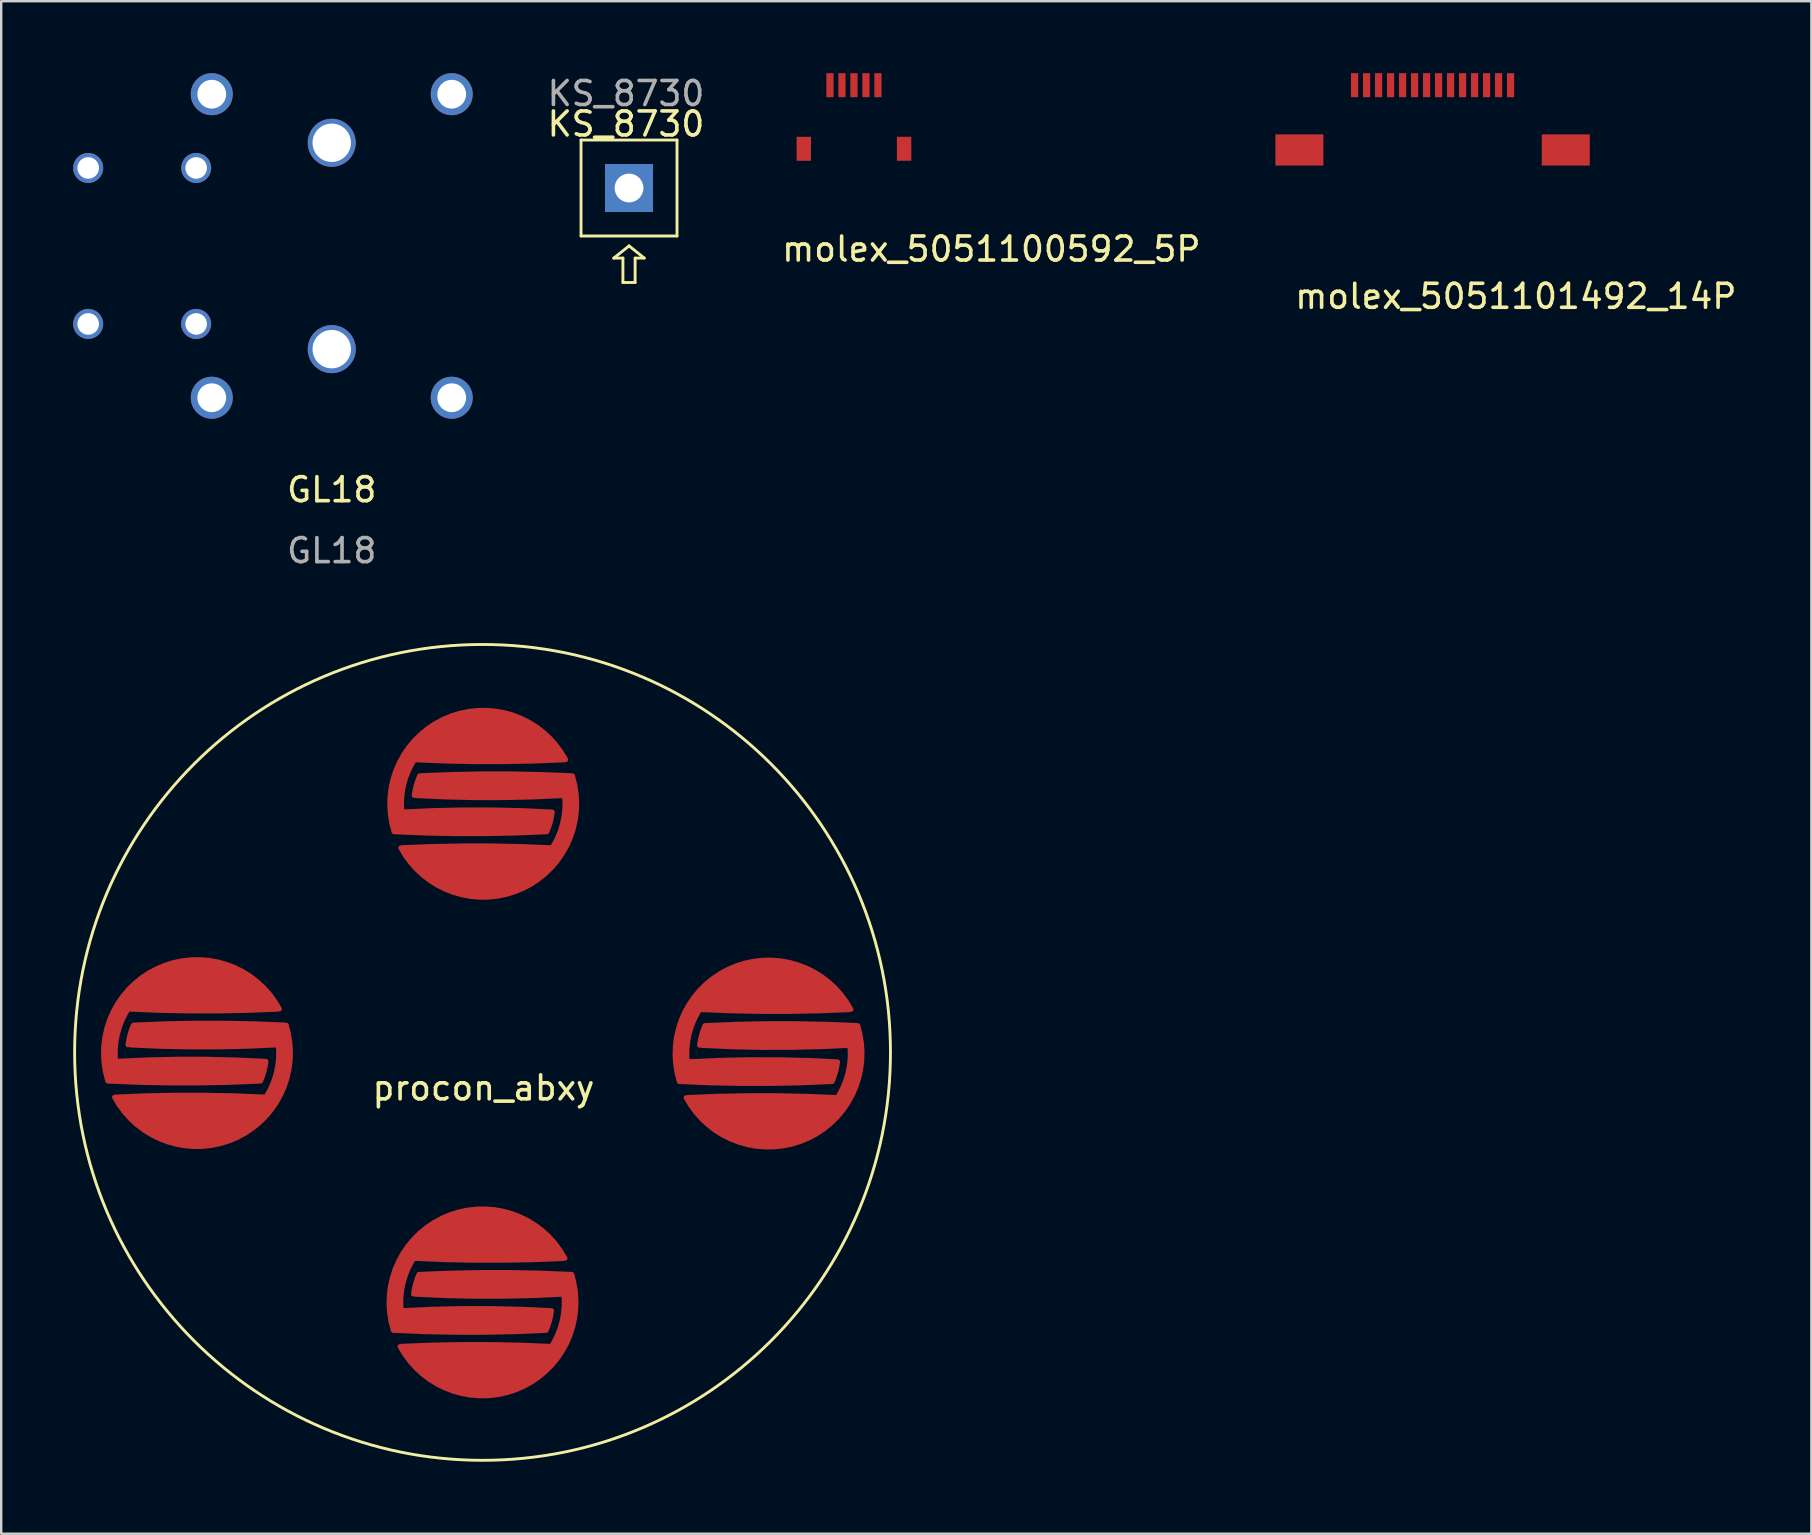
<source format=kicad_pcb>
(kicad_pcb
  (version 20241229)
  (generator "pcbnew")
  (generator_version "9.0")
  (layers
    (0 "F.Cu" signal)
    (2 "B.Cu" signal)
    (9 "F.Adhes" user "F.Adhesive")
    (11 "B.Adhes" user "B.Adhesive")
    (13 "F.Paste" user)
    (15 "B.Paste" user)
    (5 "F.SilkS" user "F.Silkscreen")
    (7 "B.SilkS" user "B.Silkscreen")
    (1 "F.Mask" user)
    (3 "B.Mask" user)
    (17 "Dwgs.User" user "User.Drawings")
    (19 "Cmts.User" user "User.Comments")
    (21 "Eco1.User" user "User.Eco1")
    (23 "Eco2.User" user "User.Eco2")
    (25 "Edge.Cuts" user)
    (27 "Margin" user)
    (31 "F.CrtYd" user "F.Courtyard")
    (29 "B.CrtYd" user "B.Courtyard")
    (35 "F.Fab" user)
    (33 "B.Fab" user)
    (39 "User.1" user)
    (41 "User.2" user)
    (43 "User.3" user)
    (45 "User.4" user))
  (footprint "molex_5051100592_5P"
    (layer "F.Cu")
    (at 32.538 2.1)
    (property "Reference" "molex_5051100592_5P" (at 5.725 5.231 0) (layer "F.SilkS") (effects (font (size 1 1) (thickness 0.15))))
    (attr smd)
    (pad "" smd rect (at -2.09 1.05 90) (size 1 0.6) (layers "F.Cu" "F.Mask" "F.Paste"))
    (pad "" smd rect (at 2.09 1.05 90) (size 1 0.6) (layers "F.Cu" "F.Mask" "F.Paste"))
    (pad "1" smd rect (at -1 -1.6 90) (size 1 0.3) (layers "F.Cu" "F.Mask" "F.Paste"))
    (pad "2" smd rect (at -0.5 -1.6 90) (size 1 0.3) (layers "F.Cu" "F.Mask" "F.Paste"))
    (pad "3" smd rect (at 0 -1.6 90) (size 1 0.3) (layers "F.Cu" "F.Mask" "F.Paste"))
    (pad "4" smd rect (at 0.5 -1.6 90) (size 1 0.3) (layers "F.Cu" "F.Mask" "F.Paste"))
    (pad "5" smd rect (at 1 -1.6 90) (size 1 0.3) (layers "F.Cu" "F.Mask" "F.Paste")))
  (footprint "KS_8730"
    (layer "F.Cu")
    (at 23.164 4.785)
    (property "Reference" "KS_8730" (at -0.127 -2.667 0) (unlocked yes) (layer "F.SilkS") (effects (font (size 1 1) (thickness 0.15))))
    (attr smd)
    (fp_line (start -2 -2) (end 2 -2) (stroke (width 0.12) (type solid)) (layer "F.SilkS"))
    (fp_line (start -2 2) (end -2 -2) (stroke (width 0.12) (type solid)) (layer "F.SilkS"))
    (fp_line (start -0.635 2.921) (end -0.254 2.921) (stroke (width 0.12) (type solid)) (layer "F.SilkS"))
    (fp_line (start -0.254 3.937) (end -0.254 2.921) (stroke (width 0.12) (type solid)) (layer "F.SilkS"))
    (fp_line (start -0.254 3.937) (end 0.254 3.937) (stroke (width 0.12) (type solid)) (layer "F.SilkS"))
    (fp_line (start 0 2.413) (end -0.635 2.921) (stroke (width 0.12) (type solid)) (layer "F.SilkS"))
    (fp_line (start 0.254 2.921) (end 0.635 2.921) (stroke (width 0.12) (type solid)) (layer "F.SilkS"))
    (fp_line (start 0.254 3.937) (end 0.254 2.921) (stroke (width 0.12) (type solid)) (layer "F.SilkS"))
    (fp_line (start 0.635 2.921) (end 0 2.413) (stroke (width 0.12) (type solid)) (layer "F.SilkS"))
    (fp_line (start 2 -2) (end 2 2) (stroke (width 0.12) (type solid)) (layer "F.SilkS"))
    (fp_line (start 2 2) (end -2 2) (stroke (width 0.12) (type solid)) (layer "F.SilkS"))
    (fp_text user "${REFERENCE}" (at -0.127 -3.937 0) (unlocked yes) (layer "F.Fab") (effects (font (size 1 1) (thickness 0.15))))
    (pad "1" thru_hole rect (at 0 0) (size 2 2) (drill 1.2) (layers "*.Cu" "*.Mask")))
  (footprint "molex_5051101492_14P"
    (layer "F.Cu")
    (at 53.402 0.5)
    (property "Reference" "molex_5051101492_14P" (at 6.72 8.8 0) (layer "F.SilkS") (effects (font (size 1 1) (thickness 0.15))))
    (attr smd)
    (pad "" smd rect (at -2.3 2.7 90) (size 1.3 2) (layers "F.Cu" "F.Mask" "F.Paste"))
    (pad "" smd rect (at 8.8 2.7 90) (size 1.3 2) (layers "F.Cu" "F.Mask" "F.Paste"))
    (pad "1" smd rect (at 0 0 90) (size 1 0.3) (layers "F.Cu" "F.Mask" "F.Paste"))
    (pad "2" smd rect (at 0.5 0 90) (size 1 0.3) (layers "F.Cu" "F.Mask" "F.Paste"))
    (pad "3" smd rect (at 1 0 90) (size 1 0.3) (layers "F.Cu" "F.Mask" "F.Paste"))
    (pad "4" smd rect (at 1.5 0 90) (size 1 0.3) (layers "F.Cu" "F.Mask" "F.Paste"))
    (pad "5" smd rect (at 2 0 90) (size 1 0.3) (layers "F.Cu" "F.Mask" "F.Paste"))
    (pad "6" smd rect (at 2.5 0 90) (size 1 0.3) (layers "F.Cu" "F.Mask" "F.Paste"))
    (pad "7" smd rect (at 3 0 90) (size 1 0.3) (layers "F.Cu" "F.Mask" "F.Paste"))
    (pad "8" smd rect (at 3.5 0 90) (size 1 0.3) (layers "F.Cu" "F.Mask" "F.Paste"))
    (pad "9" smd rect (at 4 0 90) (size 1 0.3) (layers "F.Cu" "F.Mask" "F.Paste"))
    (pad "10" smd rect (at 4.5 0 90) (size 1 0.3) (layers "F.Cu" "F.Mask" "F.Paste"))
    (pad "11" smd rect (at 5 0 90) (size 1 0.3) (layers "F.Cu" "F.Mask" "F.Paste"))
    (pad "12" smd rect (at 5.5 0 90) (size 1 0.3) (layers "F.Cu" "F.Mask" "F.Paste"))
    (pad "13" smd rect (at 6 0 90) (size 1 0.3) (layers "F.Cu" "F.Mask" "F.Paste"))
    (pad "14" smd rect (at 6.5 0 90) (size 1 0.3) (layers "F.Cu" "F.Mask" "F.Paste")))
  (footprint "GL18"
    (layer "F.Cu")
    (at 10.775 7.2)
    (property "Reference" "GL18" (at 0 10.16 0) (unlocked yes) (layer "F.SilkS") (effects (font (size 1 1) (thickness 0.15))))
    (attr smd)
    (fp_text user "${REFERENCE}" (at 0 12.7 0) (unlocked yes) (layer "F.Fab") (effects (font (size 1 1) (thickness 0.15))))
    (pad "" thru_hole circle (at -5 -6.325) (size 1.75 1.75) (drill 1.2) (layers "*.Cu" "*.Mask"))
    (pad "" thru_hole circle (at -5 6.325) (size 1.75 1.75) (drill 1.2) (layers "*.Cu" "*.Mask"))
    (pad "" np_thru_hole circle (at 0 -4.3) (size 2 2) (drill 1.6) (layers "*.Cu" "*.Mask"))
    (pad "" np_thru_hole circle (at 0 4.3) (size 2 2) (drill 1.6) (layers "*.Cu" "*.Mask"))
    (pad "" thru_hole circle (at 5 -6.325) (size 1.75 1.75) (drill 1.2) (layers "*.Cu" "*.Mask"))
    (pad "" thru_hole circle (at 5 6.325) (size 1.75 1.75) (drill 1.2) (layers "*.Cu" "*.Mask"))
    (pad "S1" thru_hole circle (at -10.15 -3.25) (size 1.25 1.25) (drill 0.9) (layers "*.Cu" "*.Mask"))
    (pad "S1" thru_hole circle (at -10.15 3.25) (size 1.25 1.25) (drill 0.9) (layers "*.Cu" "*.Mask"))
    (pad "S1" thru_hole circle (at -5.65 -3.25) (size 1.25 1.25) (drill 0.9) (layers "*.Cu" "*.Mask"))
    (pad "S1" thru_hole circle (at -5.65 3.25) (size 1.25 1.25) (drill 0.9) (layers "*.Cu" "*.Mask")))
  (footprint "procon_abxy"
    (layer "F.Cu")
    (at 17.06 40.808)
    (property "Reference" "procon_abxy" (at 0.04 1.48 0) (layer "F.SilkS") (effects (font (size 1 1) (thickness 0.15))))
    (attr exclude_from_pos_files exclude_from_bom)
    (fp_circle (center 0 0) (end 17 0) (stroke (width 0.12) (type solid)) (fill no) (layer "F.SilkS"))
    (pad "" smd circle (at -11.91 0.02) (size 8 8) (layers "F.Mask"))
    (pad "" smd circle (at 0.01 10.45) (size 8 8) (layers "F.Mask"))
    (pad "" smd circle (at 0.03 -10.36) (size 8 8) (layers "F.Mask"))
    (pad "" smd circle (at 11.93 0.04) (size 8 8) (layers "F.Mask"))
    (pad "A1" smd custom (at 11.79 -2.7 90) (size 1.524 1.524) (layers "F.Cu" "F.Mask" "F.Paste") (options (anchor circle)) (primitives (gr_arc (start -0.922404 3.500009) (mid -0.999506 0.3815) (end -0.918734 -2.736916) (width 0.2)) (gr_arc (start -3.088552 -3.254467) (mid -1.962877 -3.17939) (end -0.923738 -2.740106) (width 0.2)) (gr_arc (start -3.920226 2.752478) (mid -4.001145 -0.419724) (end -3.9187 -3.591887) (width 0.2)) (gr_arc (start -3.08652 -3.209513) (mid -2.998257 -0.100476) (end -3.089109 3.008487) (width 0.2)) (gr_arc (start -3.091754 3.008173) (mid -3.513628 2.925856) (end -3.9187 2.782087) (width 0.2)) (gr_poly (pts (xy -3.91 2.75) (xy -3.16 2.99) (xy -3.05 1.75) (xy -3.05 0) (xy -3.08 -2.22) (xy -3.1 -3.24) (xy -2.65 -3.28) (xy -1.91 -3.2) (xy -1.2 -2.93) (xy -0.94 -2.75) (xy -0.96 -2.14) (xy -1 -0.39) (xy -0.96 0.97) (xy -0.92 2.77) (xy -0.94 3.42) (xy -0.84 3.5) (xy 0.08 2.89) (xy 0.63 1.99) (xy 0.91 1.46) (xy 1.08 0.65) (xy 1.12 -0.17) (xy 0.79 -1.57) (xy 0.24 -2.28) (xy -0.45 -3.04) (xy -1.45 -3.55) (xy -2.36 -3.75) (xy -3.18 -3.77) (xy -3.77 -3.61) (xy -3.93 -3.61) (xy -3.95 -1.06)) (width 0.1) (fill yes)) (gr_arc (start -3.914194 -3.593301) (mid 0.848112 -1.378781) (end -0.912727 3.569259) (width 0.2))))
    (pad "A2" smd custom (at 11.87 2.82 90) (size 1.524 1.524) (layers "F.Cu" "F.Mask" "F.Paste") (options (anchor circle)) (primitives (gr_arc (start 3.94255 -2.57544) (mid 4.023469 0.596762) (end 3.941024 3.768925) (width 0.2)) (gr_arc (start 3.110877 3.431506) (mid 1.982315 3.355743) (end 0.941058 2.913955) (width 0.2)) (gr_poly (pts (xy 0.91 -3.32) (xy -0.03 -2.65) (xy -0.72 -1.6) (xy -1.12 -0.13) (xy -0.91 1.28) (xy -0.41 2.31) (xy 0.26 2.98) (xy 0.9 3.45) (xy 2.21 3.91) (xy 3.04 3.93) (xy 3.93 3.78) (xy 4 2.3) (xy 4.03 0.72) (xy 4 -0.9) (xy 3.96 -2.16) (xy 3.92 -2.56) (xy 3.18 -2.81) (xy 3.12 -2.29) (xy 3.07 -0.02) (xy 3.07 1.79) (xy 3.12 3.37) (xy 2.53 3.45) (xy 1.84 3.38) (xy 1.07 3.06) (xy 0.9 2.94) (xy 0.93 1.74) (xy 0.98 0.36) (xy 0.98 -0.69) (xy 0.96 -1.6)) (width 0.1) (fill yes)) (gr_arc (start 3.114078 -2.831135) (mid 3.535952 -2.748818) (end 3.941024 -2.605049) (width 0.2)) (gr_arc (start 3.936518 3.770339) (mid -0.825788 1.555819) (end 0.935051 -3.392221) (width 0.2)) (gr_arc (start 3.108844 3.38655) (mid 3.020582 0.324645) (end 3.10605 -2.737339) (width 0.2)) (gr_arc (start 0.944728 -3.32297) (mid 1.02183 -0.204461) (end 0.941058 2.913955) (width 0.2))))
    (pad "B1" smd custom (at -0.13 7.67 90) (size 1.524 1.524) (layers "F.Cu" "F.Mask" "F.Paste") (options (anchor circle)) (primitives (gr_arc (start -0.922404 3.500009) (mid -0.999506 0.3815) (end -0.918734 -2.736916) (width 0.2)) (gr_arc (start -3.088552 -3.254467) (mid -1.962877 -3.17939) (end -0.923738 -2.740106) (width 0.2)) (gr_arc (start -3.920226 2.752478) (mid -4.001145 -0.419724) (end -3.9187 -3.591887) (width 0.2)) (gr_arc (start -3.08652 -3.209513) (mid -2.998257 -0.100476) (end -3.089109 3.008487) (width 0.2)) (gr_arc (start -3.091754 3.008173) (mid -3.513628 2.925856) (end -3.9187 2.782087) (width 0.2)) (gr_poly (pts (xy -3.91 2.75) (xy -3.16 2.99) (xy -3.05 1.75) (xy -3.05 0) (xy -3.08 -2.22) (xy -3.1 -3.24) (xy -2.65 -3.28) (xy -1.91 -3.2) (xy -1.2 -2.93) (xy -0.94 -2.75) (xy -0.96 -2.14) (xy -1 -0.39) (xy -0.96 0.97) (xy -0.92 2.77) (xy -0.94 3.42) (xy -0.84 3.5) (xy 0.08 2.89) (xy 0.63 1.99) (xy 0.91 1.46) (xy 1.08 0.65) (xy 1.12 -0.17) (xy 0.79 -1.57) (xy 0.24 -2.28) (xy -0.45 -3.04) (xy -1.45 -3.55) (xy -2.36 -3.75) (xy -3.18 -3.77) (xy -3.77 -3.61) (xy -3.93 -3.61) (xy -3.95 -1.06)) (width 0.1) (fill yes)) (gr_arc (start -3.914194 -3.593301) (mid 0.848112 -1.378781) (end -0.912727 3.569259) (width 0.2))))
    (pad "B2" smd custom (at -0.05 13.19 90) (size 1.524 1.524) (layers "F.Cu" "F.Mask" "F.Paste") (options (anchor circle)) (primitives (gr_arc (start 3.94255 -2.57544) (mid 4.023469 0.596762) (end 3.941024 3.768925) (width 0.2)) (gr_arc (start 3.110877 3.431506) (mid 1.982315 3.355743) (end 0.941058 2.913955) (width 0.2)) (gr_poly (pts (xy 0.91 -3.32) (xy -0.03 -2.65) (xy -0.72 -1.6) (xy -1.12 -0.13) (xy -0.91 1.28) (xy -0.41 2.31) (xy 0.26 2.98) (xy 0.9 3.45) (xy 2.21 3.91) (xy 3.04 3.93) (xy 3.93 3.78) (xy 4 2.3) (xy 4.03 0.72) (xy 4 -0.9) (xy 3.96 -2.16) (xy 3.92 -2.56) (xy 3.18 -2.81) (xy 3.12 -2.29) (xy 3.07 -0.02) (xy 3.07 1.79) (xy 3.12 3.37) (xy 2.53 3.45) (xy 1.84 3.38) (xy 1.07 3.06) (xy 0.9 2.94) (xy 0.93 1.74) (xy 0.98 0.36) (xy 0.98 -0.69) (xy 0.96 -1.6)) (width 0.1) (fill yes)) (gr_arc (start 3.114078 -2.831135) (mid 3.535952 -2.748818) (end 3.941024 -2.605049) (width 0.2)) (gr_arc (start 3.936518 3.770339) (mid -0.825788 1.555819) (end 0.935051 -3.392221) (width 0.2)) (gr_arc (start 3.108844 3.38655) (mid 3.020582 0.324645) (end 3.10605 -2.737339) (width 0.2)) (gr_arc (start 0.944728 -3.32297) (mid 1.02183 -0.204461) (end 0.941058 2.913955) (width 0.2))))
    (pad "X1" smd custom (at -0.1 -13.11 90) (size 1.524 1.524) (layers "F.Cu" "F.Mask" "F.Paste") (options (anchor circle)) (primitives (gr_arc (start -0.922404 3.500009) (mid -0.999506 0.3815) (end -0.918734 -2.736916) (width 0.2)) (gr_arc (start -3.088552 -3.254467) (mid -1.962877 -3.17939) (end -0.923738 -2.740106) (width 0.2)) (gr_arc (start -3.920226 2.752478) (mid -4.001145 -0.419724) (end -3.9187 -3.591887) (width 0.2)) (gr_arc (start -3.08652 -3.209513) (mid -2.998257 -0.100476) (end -3.089109 3.008487) (width 0.2)) (gr_arc (start -3.091754 3.008173) (mid -3.513628 2.925856) (end -3.9187 2.782087) (width 0.2)) (gr_poly (pts (xy -3.91 2.75) (xy -3.16 2.99) (xy -3.05 1.75) (xy -3.05 0) (xy -3.08 -2.22) (xy -3.1 -3.24) (xy -2.65 -3.28) (xy -1.91 -3.2) (xy -1.2 -2.93) (xy -0.94 -2.75) (xy -0.96 -2.14) (xy -1 -0.39) (xy -0.96 0.97) (xy -0.92 2.77) (xy -0.94 3.42) (xy -0.84 3.5) (xy 0.08 2.89) (xy 0.63 1.99) (xy 0.91 1.46) (xy 1.08 0.65) (xy 1.12 -0.17) (xy 0.79 -1.57) (xy 0.24 -2.28) (xy -0.45 -3.04) (xy -1.45 -3.55) (xy -2.36 -3.75) (xy -3.18 -3.77) (xy -3.77 -3.61) (xy -3.93 -3.61) (xy -3.95 -1.06)) (width 0.1) (fill yes)) (gr_arc (start -3.914194 -3.593301) (mid 0.848112 -1.378781) (end -0.912727 3.569259) (width 0.2))))
    (pad "X2" smd custom (at -0.02 -7.59 90) (size 1.524 1.524) (layers "F.Cu" "F.Mask" "F.Paste") (options (anchor circle)) (primitives (gr_arc (start 3.94255 -2.57544) (mid 4.023469 0.596762) (end 3.941024 3.768925) (width 0.2)) (gr_arc (start 3.110877 3.431506) (mid 1.982315 3.355743) (end 0.941058 2.913955) (width 0.2)) (gr_poly (pts (xy 0.91 -3.32) (xy -0.03 -2.65) (xy -0.72 -1.6) (xy -1.12 -0.13) (xy -0.91 1.28) (xy -0.41 2.31) (xy 0.26 2.98) (xy 0.9 3.45) (xy 2.21 3.91) (xy 3.04 3.93) (xy 3.93 3.78) (xy 4 2.3) (xy 4.03 0.72) (xy 4 -0.9) (xy 3.96 -2.16) (xy 3.92 -2.56) (xy 3.18 -2.81) (xy 3.12 -2.29) (xy 3.07 -0.02) (xy 3.07 1.79) (xy 3.12 3.37) (xy 2.53 3.45) (xy 1.84 3.38) (xy 1.07 3.06) (xy 0.9 2.94) (xy 0.93 1.74) (xy 0.98 0.36) (xy 0.98 -0.69) (xy 0.96 -1.6)) (width 0.1) (fill yes)) (gr_arc (start 3.114078 -2.831135) (mid 3.535952 -2.748818) (end 3.941024 -2.605049) (width 0.2)) (gr_arc (start 3.936518 3.770339) (mid -0.825788 1.555819) (end 0.935051 -3.392221) (width 0.2)) (gr_arc (start 3.108844 3.38655) (mid 3.020582 0.324645) (end 3.10605 -2.737339) (width 0.2)) (gr_arc (start 0.944728 -3.32297) (mid 1.02183 -0.204461) (end 0.941058 2.913955) (width 0.2))))
    (pad "Y1" smd custom (at -12.03 -2.72 90) (size 1.524 1.524) (layers "F.Cu" "F.Mask" "F.Paste") (options (anchor circle)) (primitives (gr_arc (start -0.922404 3.500009) (mid -0.999506 0.3815) (end -0.918734 -2.736916) (width 0.2)) (gr_arc (start -3.088552 -3.254467) (mid -1.962877 -3.17939) (end -0.923738 -2.740106) (width 0.2)) (gr_arc (start -3.920226 2.752478) (mid -4.001145 -0.419724) (end -3.9187 -3.591887) (width 0.2)) (gr_arc (start -3.08652 -3.209513) (mid -2.998257 -0.100476) (end -3.089109 3.008487) (width 0.2)) (gr_arc (start -3.091754 3.008173) (mid -3.513628 2.925856) (end -3.9187 2.782087) (width 0.2)) (gr_poly (pts (xy -3.91 2.75) (xy -3.16 2.99) (xy -3.05 1.75) (xy -3.05 0) (xy -3.08 -2.22) (xy -3.1 -3.24) (xy -2.65 -3.28) (xy -1.91 -3.2) (xy -1.2 -2.93) (xy -0.94 -2.75) (xy -0.96 -2.14) (xy -1 -0.39) (xy -0.96 0.97) (xy -0.92 2.77) (xy -0.94 3.42) (xy -0.84 3.5) (xy 0.08 2.89) (xy 0.63 1.99) (xy 0.91 1.46) (xy 1.08 0.65) (xy 1.12 -0.17) (xy 0.79 -1.57) (xy 0.24 -2.28) (xy -0.45 -3.04) (xy -1.45 -3.55) (xy -2.36 -3.75) (xy -3.18 -3.77) (xy -3.77 -3.61) (xy -3.93 -3.61) (xy -3.95 -1.06)) (width 0.1) (fill yes)) (gr_arc (start -3.914194 -3.593301) (mid 0.848112 -1.378781) (end -0.912727 3.569259) (width 0.2))))
    (pad "Y2" smd custom (at -11.95 2.8 90) (size 1.524 1.524) (layers "F.Cu" "F.Mask" "F.Paste") (options (anchor circle)) (primitives (gr_arc (start 3.94255 -2.57544) (mid 4.023469 0.596762) (end 3.941024 3.768925) (width 0.2)) (gr_arc (start 3.110877 3.431506) (mid 1.982315 3.355743) (end 0.941058 2.913955) (width 0.2)) (gr_poly (pts (xy 0.91 -3.32) (xy -0.03 -2.65) (xy -0.72 -1.6) (xy -1.12 -0.13) (xy -0.91 1.28) (xy -0.41 2.31) (xy 0.26 2.98) (xy 0.9 3.45) (xy 2.21 3.91) (xy 3.04 3.93) (xy 3.93 3.78) (xy 4 2.3) (xy 4.03 0.72) (xy 4 -0.9) (xy 3.96 -2.16) (xy 3.92 -2.56) (xy 3.18 -2.81) (xy 3.12 -2.29) (xy 3.07 -0.02) (xy 3.07 1.79) (xy 3.12 3.37) (xy 2.53 3.45) (xy 1.84 3.38) (xy 1.07 3.06) (xy 0.9 2.94) (xy 0.93 1.74) (xy 0.98 0.36) (xy 0.98 -0.69) (xy 0.96 -1.6)) (width 0.1) (fill yes)) (gr_arc (start 3.114078 -2.831135) (mid 3.535952 -2.748818) (end 3.941024 -2.605049) (width 0.2)) (gr_arc (start 3.936518 3.770339) (mid -0.825788 1.555819) (end 0.935051 -3.392221) (width 0.2)) (gr_arc (start 3.108844 3.38655) (mid 3.020582 0.324645) (end 3.10605 -2.737339) (width 0.2)) (gr_arc (start 0.944728 -3.32297) (mid 1.02183 -0.204461) (end 0.941058 2.913955) (width 0.2)))))
  (gr_rect
    (start -3 -3)
    (end 72.438 60.868)
    (stroke (width 0.1) (type default))
    (fill no)
    (layer "Edge.Cuts")))
</source>
